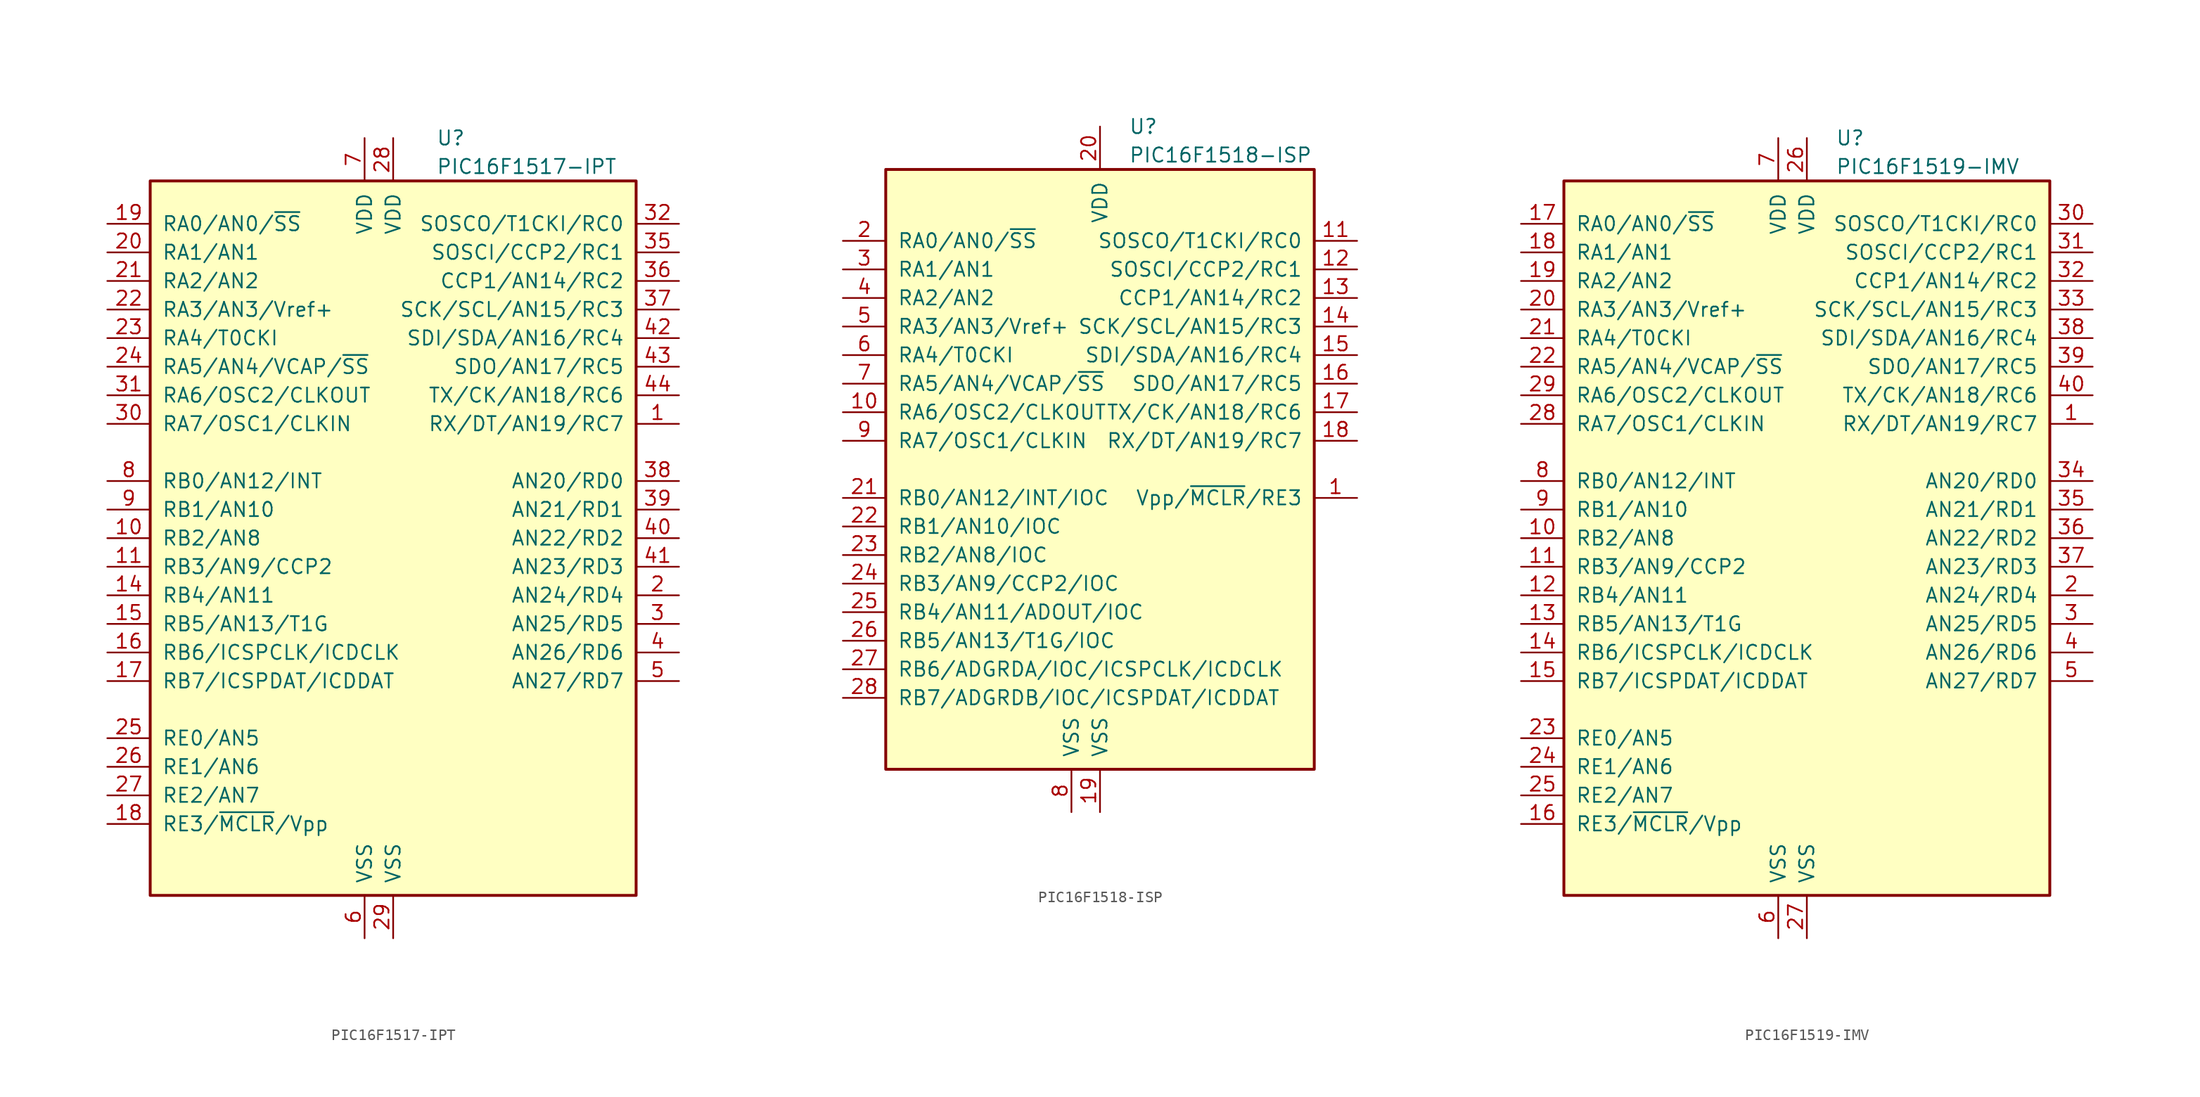
<source format=kicad_sym>
(kicad_symbol_lib
  (version 20241209)
  (generator "kicad_symbol_editor")
  (generator_version "9.0")
  (symbol "PIC16F1517-IPT"
    (pin_names
      (offset 1.016))
    (property "Reference" "U"
      (at 3.81 35.56 0)
      (effects (font (size 1.27 1.27)) (justify left)))
    (property "Value" "PIC16F1517-IPT"
      (at 3.81 33.02 0)
      (effects (font (size 1.27 1.27)) (justify left)))
    (symbol "PIC16F1517-IPT_0_1"
      (rectangle (start -21.59 31.75) (end 21.59 -31.75) (stroke (width 0.254) (type default)) (fill (type background))))
    (symbol "PIC16F1517-IPT_1_1"
      (pin bidirectional line (at -25.4 27.94 0) (length 3.81) (name "RA0/AN0/~{SS}" (effects (font (size 1.27 1.27)))) (number "19" (effects (font (size 1.27 1.27)))))
      (pin bidirectional line (at -25.4 25.4 0) (length 3.81) (name "RA1/AN1" (effects (font (size 1.27 1.27)))) (number "20" (effects (font (size 1.27 1.27)))))
      (pin bidirectional line (at -25.4 22.86 0) (length 3.81) (name "RA2/AN2" (effects (font (size 1.27 1.27)))) (number "21" (effects (font (size 1.27 1.27)))))
      (pin bidirectional line (at -25.4 20.32 0) (length 3.81) (name "RA3/AN3/Vref+" (effects (font (size 1.27 1.27)))) (number "22" (effects (font (size 1.27 1.27)))))
      (pin bidirectional line (at -25.4 17.78 0) (length 3.81) (name "RA4/T0CKI" (effects (font (size 1.27 1.27)))) (number "23" (effects (font (size 1.27 1.27)))))
      (pin bidirectional line (at -25.4 15.24 0) (length 3.81) (name "RA5/AN4/VCAP/~{SS}" (effects (font (size 1.27 1.27)))) (number "24" (effects (font (size 1.27 1.27)))))
      (pin bidirectional line (at -25.4 12.7 0) (length 3.81) (name "RA6/OSC2/CLKOUT" (effects (font (size 1.27 1.27)))) (number "31" (effects (font (size 1.27 1.27)))))
      (pin bidirectional line (at -25.4 10.16 0) (length 3.81) (name "RA7/OSC1/CLKIN" (effects (font (size 1.27 1.27)))) (number "30" (effects (font (size 1.27 1.27)))))
      (pin bidirectional line (at -25.4 5.08 0) (length 3.81) (name "RB0/AN12/INT" (effects (font (size 1.27 1.27)))) (number "8" (effects (font (size 1.27 1.27)))))
      (pin bidirectional line (at -25.4 2.54 0) (length 3.81) (name "RB1/AN10" (effects (font (size 1.27 1.27)))) (number "9" (effects (font (size 1.27 1.27)))))
      (pin bidirectional line (at -25.4 0 0) (length 3.81) (name "RB2/AN8" (effects (font (size 1.27 1.27)))) (number "10" (effects (font (size 1.27 1.27)))))
      (pin bidirectional line (at -25.4 -2.54 0) (length 3.81) (name "RB3/AN9/CCP2" (effects (font (size 1.27 1.27)))) (number "11" (effects (font (size 1.27 1.27)))))
      (pin bidirectional line (at -25.4 -5.08 0) (length 3.81) (name "RB4/AN11" (effects (font (size 1.27 1.27)))) (number "14" (effects (font (size 1.27 1.27)))))
      (pin bidirectional line (at -25.4 -7.62 0) (length 3.81) (name "RB5/AN13/T1G" (effects (font (size 1.27 1.27)))) (number "15" (effects (font (size 1.27 1.27)))))
      (pin bidirectional line (at -25.4 -10.16 0) (length 3.81) (name "RB6/ICSPCLK/ICDCLK" (effects (font (size 1.27 1.27)))) (number "16" (effects (font (size 1.27 1.27)))))
      (pin bidirectional line (at -25.4 -12.7 0) (length 3.81) (name "RB7/ICSPDAT/ICDDAT" (effects (font (size 1.27 1.27)))) (number "17" (effects (font (size 1.27 1.27)))))
      (pin bidirectional line (at -25.4 -17.78 0) (length 3.81) (name "RE0/AN5" (effects (font (size 1.27 1.27)))) (number "25" (effects (font (size 1.27 1.27)))))
      (pin bidirectional line (at -25.4 -20.32 0) (length 3.81) (name "RE1/AN6" (effects (font (size 1.27 1.27)))) (number "26" (effects (font (size 1.27 1.27)))))
      (pin bidirectional line (at -25.4 -22.86 0) (length 3.81) (name "RE2/AN7" (effects (font (size 1.27 1.27)))) (number "27" (effects (font (size 1.27 1.27)))))
      (pin input line (at -25.4 -25.4 0) (length 3.81) (name "RE3/~{MCLR}/Vpp" (effects (font (size 1.27 1.27)))) (number "18" (effects (font (size 1.27 1.27)))))
      (pin power_in line (at -2.54 35.56 270) (length 3.81) (name "VDD" (effects (font (size 1.27 1.27)))) (number "7" (effects (font (size 1.27 1.27)))))
      (pin power_in line (at -2.54 -35.56 90) (length 3.81) (name "VSS" (effects (font (size 1.27 1.27)))) (number "6" (effects (font (size 1.27 1.27)))))
      (pin power_in line (at 0 35.56 270) (length 3.81) (name "VDD" (effects (font (size 1.27 1.27)))) (number "28" (effects (font (size 1.27 1.27)))))
      (pin power_in line (at 0 -35.56 90) (length 3.81) (name "VSS" (effects (font (size 1.27 1.27)))) (number "29" (effects (font (size 1.27 1.27)))))
      (pin bidirectional line (at 25.4 27.94 180) (length 3.81) (name "SOSCO/T1CKI/RC0" (effects (font (size 1.27 1.27)))) (number "32" (effects (font (size 1.27 1.27)))))
      (pin bidirectional line (at 25.4 25.4 180) (length 3.81) (name "SOSCI/CCP2/RC1" (effects (font (size 1.27 1.27)))) (number "35" (effects (font (size 1.27 1.27)))))
      (pin bidirectional line (at 25.4 22.86 180) (length 3.81) (name "CCP1/AN14/RC2" (effects (font (size 1.27 1.27)))) (number "36" (effects (font (size 1.27 1.27)))))
      (pin bidirectional line (at 25.4 20.32 180) (length 3.81) (name "SCK/SCL/AN15/RC3" (effects (font (size 1.27 1.27)))) (number "37" (effects (font (size 1.27 1.27)))))
      (pin bidirectional line (at 25.4 17.78 180) (length 3.81) (name "SDI/SDA/AN16/RC4" (effects (font (size 1.27 1.27)))) (number "42" (effects (font (size 1.27 1.27)))))
      (pin bidirectional line (at 25.4 15.24 180) (length 3.81) (name "SDO/AN17/RC5" (effects (font (size 1.27 1.27)))) (number "43" (effects (font (size 1.27 1.27)))))
      (pin bidirectional line (at 25.4 12.7 180) (length 3.81) (name "TX/CK/AN18/RC6" (effects (font (size 1.27 1.27)))) (number "44" (effects (font (size 1.27 1.27)))))
      (pin bidirectional line (at 25.4 10.16 180) (length 3.81) (name "RX/DT/AN19/RC7" (effects (font (size 1.27 1.27)))) (number "1" (effects (font (size 1.27 1.27)))))
      (pin bidirectional line (at 25.4 5.08 180) (length 3.81) (name "AN20/RD0" (effects (font (size 1.27 1.27)))) (number "38" (effects (font (size 1.27 1.27)))))
      (pin bidirectional line (at 25.4 2.54 180) (length 3.81) (name "AN21/RD1" (effects (font (size 1.27 1.27)))) (number "39" (effects (font (size 1.27 1.27)))))
      (pin bidirectional line (at 25.4 0 180) (length 3.81) (name "AN22/RD2" (effects (font (size 1.27 1.27)))) (number "40" (effects (font (size 1.27 1.27)))))
      (pin bidirectional line (at 25.4 -2.54 180) (length 3.81) (name "AN23/RD3" (effects (font (size 1.27 1.27)))) (number "41" (effects (font (size 1.27 1.27)))))
      (pin bidirectional line (at 25.4 -5.08 180) (length 3.81) (name "AN24/RD4" (effects (font (size 1.27 1.27)))) (number "2" (effects (font (size 1.27 1.27)))))
      (pin bidirectional line (at 25.4 -7.62 180) (length 3.81) (name "AN25/RD5" (effects (font (size 1.27 1.27)))) (number "3" (effects (font (size 1.27 1.27)))))
      (pin bidirectional line (at 25.4 -10.16 180) (length 3.81) (name "AN26/RD6" (effects (font (size 1.27 1.27)))) (number "4" (effects (font (size 1.27 1.27)))))
      (pin bidirectional line (at 25.4 -12.7 180) (length 3.81) (name "AN27/RD7" (effects (font (size 1.27 1.27)))) (number "5" (effects (font (size 1.27 1.27)))))))
  (symbol "PIC16F1518-ISP"
    (pin_names
      (offset 1.016))
    (property "Reference" "U"
      (at 2.54 30.48 0)
      (effects (font (size 1.27 1.27)) (justify left)))
    (property "Value" "PIC16F1518-ISP"
      (at 2.54 27.94 0)
      (effects (font (size 1.27 1.27)) (justify left)))
    (symbol "PIC16F1518-ISP_0_1"
      (rectangle (start -19.05 26.67) (end 19.05 -26.67) (stroke (width 0.254) (type default)) (fill (type background))))
    (symbol "PIC16F1518-ISP_1_1"
      (pin bidirectional line (at -22.86 20.32 0) (length 3.81) (name "RA0/AN0/~{SS}" (effects (font (size 1.27 1.27)))) (number "2" (effects (font (size 1.27 1.27)))))
      (pin bidirectional line (at -22.86 17.78 0) (length 3.81) (name "RA1/AN1" (effects (font (size 1.27 1.27)))) (number "3" (effects (font (size 1.27 1.27)))))
      (pin bidirectional line (at -22.86 15.24 0) (length 3.81) (name "RA2/AN2" (effects (font (size 1.27 1.27)))) (number "4" (effects (font (size 1.27 1.27)))))
      (pin bidirectional line (at -22.86 12.7 0) (length 3.81) (name "RA3/AN3/Vref+" (effects (font (size 1.27 1.27)))) (number "5" (effects (font (size 1.27 1.27)))))
      (pin bidirectional line (at -22.86 10.16 0) (length 3.81) (name "RA4/T0CKI" (effects (font (size 1.27 1.27)))) (number "6" (effects (font (size 1.27 1.27)))))
      (pin bidirectional line (at -22.86 7.62 0) (length 3.81) (name "RA5/AN4/VCAP/~{SS}" (effects (font (size 1.27 1.27)))) (number "7" (effects (font (size 1.27 1.27)))))
      (pin bidirectional line (at -22.86 5.08 0) (length 3.81) (name "RA6/OSC2/CLKOUT" (effects (font (size 1.27 1.27)))) (number "10" (effects (font (size 1.27 1.27)))))
      (pin bidirectional line (at -22.86 2.54 0) (length 3.81) (name "RA7/OSC1/CLKIN" (effects (font (size 1.27 1.27)))) (number "9" (effects (font (size 1.27 1.27)))))
      (pin bidirectional line (at -22.86 -2.54 0) (length 3.81) (name "RB0/AN12/INT/IOC" (effects (font (size 1.27 1.27)))) (number "21" (effects (font (size 1.27 1.27)))))
      (pin bidirectional line (at -22.86 -5.08 0) (length 3.81) (name "RB1/AN10/IOC" (effects (font (size 1.27 1.27)))) (number "22" (effects (font (size 1.27 1.27)))))
      (pin bidirectional line (at -22.86 -7.62 0) (length 3.81) (name "RB2/AN8/IOC" (effects (font (size 1.27 1.27)))) (number "23" (effects (font (size 1.27 1.27)))))
      (pin bidirectional line (at -22.86 -10.16 0) (length 3.81) (name "RB3/AN9/CCP2/IOC" (effects (font (size 1.27 1.27)))) (number "24" (effects (font (size 1.27 1.27)))))
      (pin bidirectional line (at -22.86 -12.7 0) (length 3.81) (name "RB4/AN11/ADOUT/IOC" (effects (font (size 1.27 1.27)))) (number "25" (effects (font (size 1.27 1.27)))))
      (pin bidirectional line (at -22.86 -15.24 0) (length 3.81) (name "RB5/AN13/T1G/IOC" (effects (font (size 1.27 1.27)))) (number "26" (effects (font (size 1.27 1.27)))))
      (pin bidirectional line (at -22.86 -17.78 0) (length 3.81) (name "RB6/ADGRDA/IOC/ICSPCLK/ICDCLK" (effects (font (size 1.27 1.27)))) (number "27" (effects (font (size 1.27 1.27)))))
      (pin bidirectional line (at -22.86 -20.32 0) (length 3.81) (name "RB7/ADGRDB/IOC/ICSPDAT/ICDDAT" (effects (font (size 1.27 1.27)))) (number "28" (effects (font (size 1.27 1.27)))))
      (pin power_in line (at -2.54 -30.48 90) (length 3.81) (name "VSS" (effects (font (size 1.27 1.27)))) (number "8" (effects (font (size 1.27 1.27)))))
      (pin power_in line (at 0 30.48 270) (length 3.81) (name "VDD" (effects (font (size 1.27 1.27)))) (number "20" (effects (font (size 1.27 1.27)))))
      (pin power_in line (at 0 -30.48 90) (length 3.81) (name "VSS" (effects (font (size 1.27 1.27)))) (number "19" (effects (font (size 1.27 1.27)))))
      (pin bidirectional line (at 22.86 20.32 180) (length 3.81) (name "SOSCO/T1CKI/RC0" (effects (font (size 1.27 1.27)))) (number "11" (effects (font (size 1.27 1.27)))))
      (pin bidirectional line (at 22.86 17.78 180) (length 3.81) (name "SOSCI/CCP2/RC1" (effects (font (size 1.27 1.27)))) (number "12" (effects (font (size 1.27 1.27)))))
      (pin bidirectional line (at 22.86 15.24 180) (length 3.81) (name "CCP1/AN14/RC2" (effects (font (size 1.27 1.27)))) (number "13" (effects (font (size 1.27 1.27)))))
      (pin bidirectional line (at 22.86 12.7 180) (length 3.81) (name "SCK/SCL/AN15/RC3" (effects (font (size 1.27 1.27)))) (number "14" (effects (font (size 1.27 1.27)))))
      (pin bidirectional line (at 22.86 10.16 180) (length 3.81) (name "SDI/SDA/AN16/RC4" (effects (font (size 1.27 1.27)))) (number "15" (effects (font (size 1.27 1.27)))))
      (pin bidirectional line (at 22.86 7.62 180) (length 3.81) (name "SDO/AN17/RC5" (effects (font (size 1.27 1.27)))) (number "16" (effects (font (size 1.27 1.27)))))
      (pin bidirectional line (at 22.86 5.08 180) (length 3.81) (name "TX/CK/AN18/RC6" (effects (font (size 1.27 1.27)))) (number "17" (effects (font (size 1.27 1.27)))))
      (pin bidirectional line (at 22.86 2.54 180) (length 3.81) (name "RX/DT/AN19/RC7" (effects (font (size 1.27 1.27)))) (number "18" (effects (font (size 1.27 1.27)))))
      (pin input line (at 22.86 -2.54 180) (length 3.81) (name "Vpp/~{MCLR}/RE3" (effects (font (size 1.27 1.27)))) (number "1" (effects (font (size 1.27 1.27)))))))
  (symbol "PIC16F1519-IMV"
    (pin_names
      (offset 1.016))
    (property "Reference" "U"
      (at 2.54 35.56 0)
      (effects (font (size 1.27 1.27)) (justify left)))
    (property "Value" "PIC16F1519-IMV"
      (at 2.54 33.02 0)
      (effects (font (size 1.27 1.27)) (justify left)))
    (symbol "PIC16F1519-IMV_0_1"
      (rectangle (start -21.59 31.75) (end 21.59 -31.75) (stroke (width 0.254) (type default)) (fill (type background))))
    (symbol "PIC16F1519-IMV_1_1"
      (pin bidirectional line (at -25.4 27.94 0) (length 3.81) (name "RA0/AN0/~{SS}" (effects (font (size 1.27 1.27)))) (number "17" (effects (font (size 1.27 1.27)))))
      (pin bidirectional line (at -25.4 25.4 0) (length 3.81) (name "RA1/AN1" (effects (font (size 1.27 1.27)))) (number "18" (effects (font (size 1.27 1.27)))))
      (pin bidirectional line (at -25.4 22.86 0) (length 3.81) (name "RA2/AN2" (effects (font (size 1.27 1.27)))) (number "19" (effects (font (size 1.27 1.27)))))
      (pin bidirectional line (at -25.4 20.32 0) (length 3.81) (name "RA3/AN3/Vref+" (effects (font (size 1.27 1.27)))) (number "20" (effects (font (size 1.27 1.27)))))
      (pin bidirectional line (at -25.4 17.78 0) (length 3.81) (name "RA4/T0CKI" (effects (font (size 1.27 1.27)))) (number "21" (effects (font (size 1.27 1.27)))))
      (pin bidirectional line (at -25.4 15.24 0) (length 3.81) (name "RA5/AN4/VCAP/~{SS}" (effects (font (size 1.27 1.27)))) (number "22" (effects (font (size 1.27 1.27)))))
      (pin bidirectional line (at -25.4 12.7 0) (length 3.81) (name "RA6/OSC2/CLKOUT" (effects (font (size 1.27 1.27)))) (number "29" (effects (font (size 1.27 1.27)))))
      (pin bidirectional line (at -25.4 10.16 0) (length 3.81) (name "RA7/OSC1/CLKIN" (effects (font (size 1.27 1.27)))) (number "28" (effects (font (size 1.27 1.27)))))
      (pin bidirectional line (at -25.4 5.08 0) (length 3.81) (name "RB0/AN12/INT" (effects (font (size 1.27 1.27)))) (number "8" (effects (font (size 1.27 1.27)))))
      (pin bidirectional line (at -25.4 2.54 0) (length 3.81) (name "RB1/AN10" (effects (font (size 1.27 1.27)))) (number "9" (effects (font (size 1.27 1.27)))))
      (pin bidirectional line (at -25.4 0 0) (length 3.81) (name "RB2/AN8" (effects (font (size 1.27 1.27)))) (number "10" (effects (font (size 1.27 1.27)))))
      (pin bidirectional line (at -25.4 -2.54 0) (length 3.81) (name "RB3/AN9/CCP2" (effects (font (size 1.27 1.27)))) (number "11" (effects (font (size 1.27 1.27)))))
      (pin bidirectional line (at -25.4 -5.08 0) (length 3.81) (name "RB4/AN11" (effects (font (size 1.27 1.27)))) (number "12" (effects (font (size 1.27 1.27)))))
      (pin bidirectional line (at -25.4 -7.62 0) (length 3.81) (name "RB5/AN13/T1G" (effects (font (size 1.27 1.27)))) (number "13" (effects (font (size 1.27 1.27)))))
      (pin bidirectional line (at -25.4 -10.16 0) (length 3.81) (name "RB6/ICSPCLK/ICDCLK" (effects (font (size 1.27 1.27)))) (number "14" (effects (font (size 1.27 1.27)))))
      (pin bidirectional line (at -25.4 -12.7 0) (length 3.81) (name "RB7/ICSPDAT/ICDDAT" (effects (font (size 1.27 1.27)))) (number "15" (effects (font (size 1.27 1.27)))))
      (pin bidirectional line (at -25.4 -17.78 0) (length 3.81) (name "RE0/AN5" (effects (font (size 1.27 1.27)))) (number "23" (effects (font (size 1.27 1.27)))))
      (pin bidirectional line (at -25.4 -20.32 0) (length 3.81) (name "RE1/AN6" (effects (font (size 1.27 1.27)))) (number "24" (effects (font (size 1.27 1.27)))))
      (pin bidirectional line (at -25.4 -22.86 0) (length 3.81) (name "RE2/AN7" (effects (font (size 1.27 1.27)))) (number "25" (effects (font (size 1.27 1.27)))))
      (pin input line (at -25.4 -25.4 0) (length 3.81) (name "RE3/~{MCLR}/Vpp" (effects (font (size 1.27 1.27)))) (number "16" (effects (font (size 1.27 1.27)))))
      (pin power_in line (at -2.54 35.56 270) (length 3.81) (name "VDD" (effects (font (size 1.27 1.27)))) (number "7" (effects (font (size 1.27 1.27)))))
      (pin power_in line (at -2.54 -35.56 90) (length 3.81) (name "VSS" (effects (font (size 1.27 1.27)))) (number "6" (effects (font (size 1.27 1.27)))))
      (pin power_in line (at 0 35.56 270) (length 3.81) (name "VDD" (effects (font (size 1.27 1.27)))) (number "26" (effects (font (size 1.27 1.27)))))
      (pin power_in line (at 0 -35.56 90) (length 3.81) (name "VSS" (effects (font (size 1.27 1.27)))) (number "27" (effects (font (size 1.27 1.27)))))
      (pin bidirectional line (at 25.4 27.94 180) (length 3.81) (name "SOSCO/T1CKI/RC0" (effects (font (size 1.27 1.27)))) (number "30" (effects (font (size 1.27 1.27)))))
      (pin bidirectional line (at 25.4 25.4 180) (length 3.81) (name "SOSCI/CCP2/RC1" (effects (font (size 1.27 1.27)))) (number "31" (effects (font (size 1.27 1.27)))))
      (pin bidirectional line (at 25.4 22.86 180) (length 3.81) (name "CCP1/AN14/RC2" (effects (font (size 1.27 1.27)))) (number "32" (effects (font (size 1.27 1.27)))))
      (pin bidirectional line (at 25.4 20.32 180) (length 3.81) (name "SCK/SCL/AN15/RC3" (effects (font (size 1.27 1.27)))) (number "33" (effects (font (size 1.27 1.27)))))
      (pin bidirectional line (at 25.4 17.78 180) (length 3.81) (name "SDI/SDA/AN16/RC4" (effects (font (size 1.27 1.27)))) (number "38" (effects (font (size 1.27 1.27)))))
      (pin bidirectional line (at 25.4 15.24 180) (length 3.81) (name "SDO/AN17/RC5" (effects (font (size 1.27 1.27)))) (number "39" (effects (font (size 1.27 1.27)))))
      (pin bidirectional line (at 25.4 12.7 180) (length 3.81) (name "TX/CK/AN18/RC6" (effects (font (size 1.27 1.27)))) (number "40" (effects (font (size 1.27 1.27)))))
      (pin bidirectional line (at 25.4 10.16 180) (length 3.81) (name "RX/DT/AN19/RC7" (effects (font (size 1.27 1.27)))) (number "1" (effects (font (size 1.27 1.27)))))
      (pin bidirectional line (at 25.4 5.08 180) (length 3.81) (name "AN20/RD0" (effects (font (size 1.27 1.27)))) (number "34" (effects (font (size 1.27 1.27)))))
      (pin bidirectional line (at 25.4 2.54 180) (length 3.81) (name "AN21/RD1" (effects (font (size 1.27 1.27)))) (number "35" (effects (font (size 1.27 1.27)))))
      (pin bidirectional line (at 25.4 0 180) (length 3.81) (name "AN22/RD2" (effects (font (size 1.27 1.27)))) (number "36" (effects (font (size 1.27 1.27)))))
      (pin bidirectional line (at 25.4 -2.54 180) (length 3.81) (name "AN23/RD3" (effects (font (size 1.27 1.27)))) (number "37" (effects (font (size 1.27 1.27)))))
      (pin bidirectional line (at 25.4 -5.08 180) (length 3.81) (name "AN24/RD4" (effects (font (size 1.27 1.27)))) (number "2" (effects (font (size 1.27 1.27)))))
      (pin bidirectional line (at 25.4 -7.62 180) (length 3.81) (name "AN25/RD5" (effects (font (size 1.27 1.27)))) (number "3" (effects (font (size 1.27 1.27)))))
      (pin bidirectional line (at 25.4 -10.16 180) (length 3.81) (name "AN26/RD6" (effects (font (size 1.27 1.27)))) (number "4" (effects (font (size 1.27 1.27)))))
      (pin bidirectional line (at 25.4 -12.7 180) (length 3.81) (name "AN27/RD7" (effects (font (size 1.27 1.27)))) (number "5" (effects (font (size 1.27 1.27))))))))
</source>
